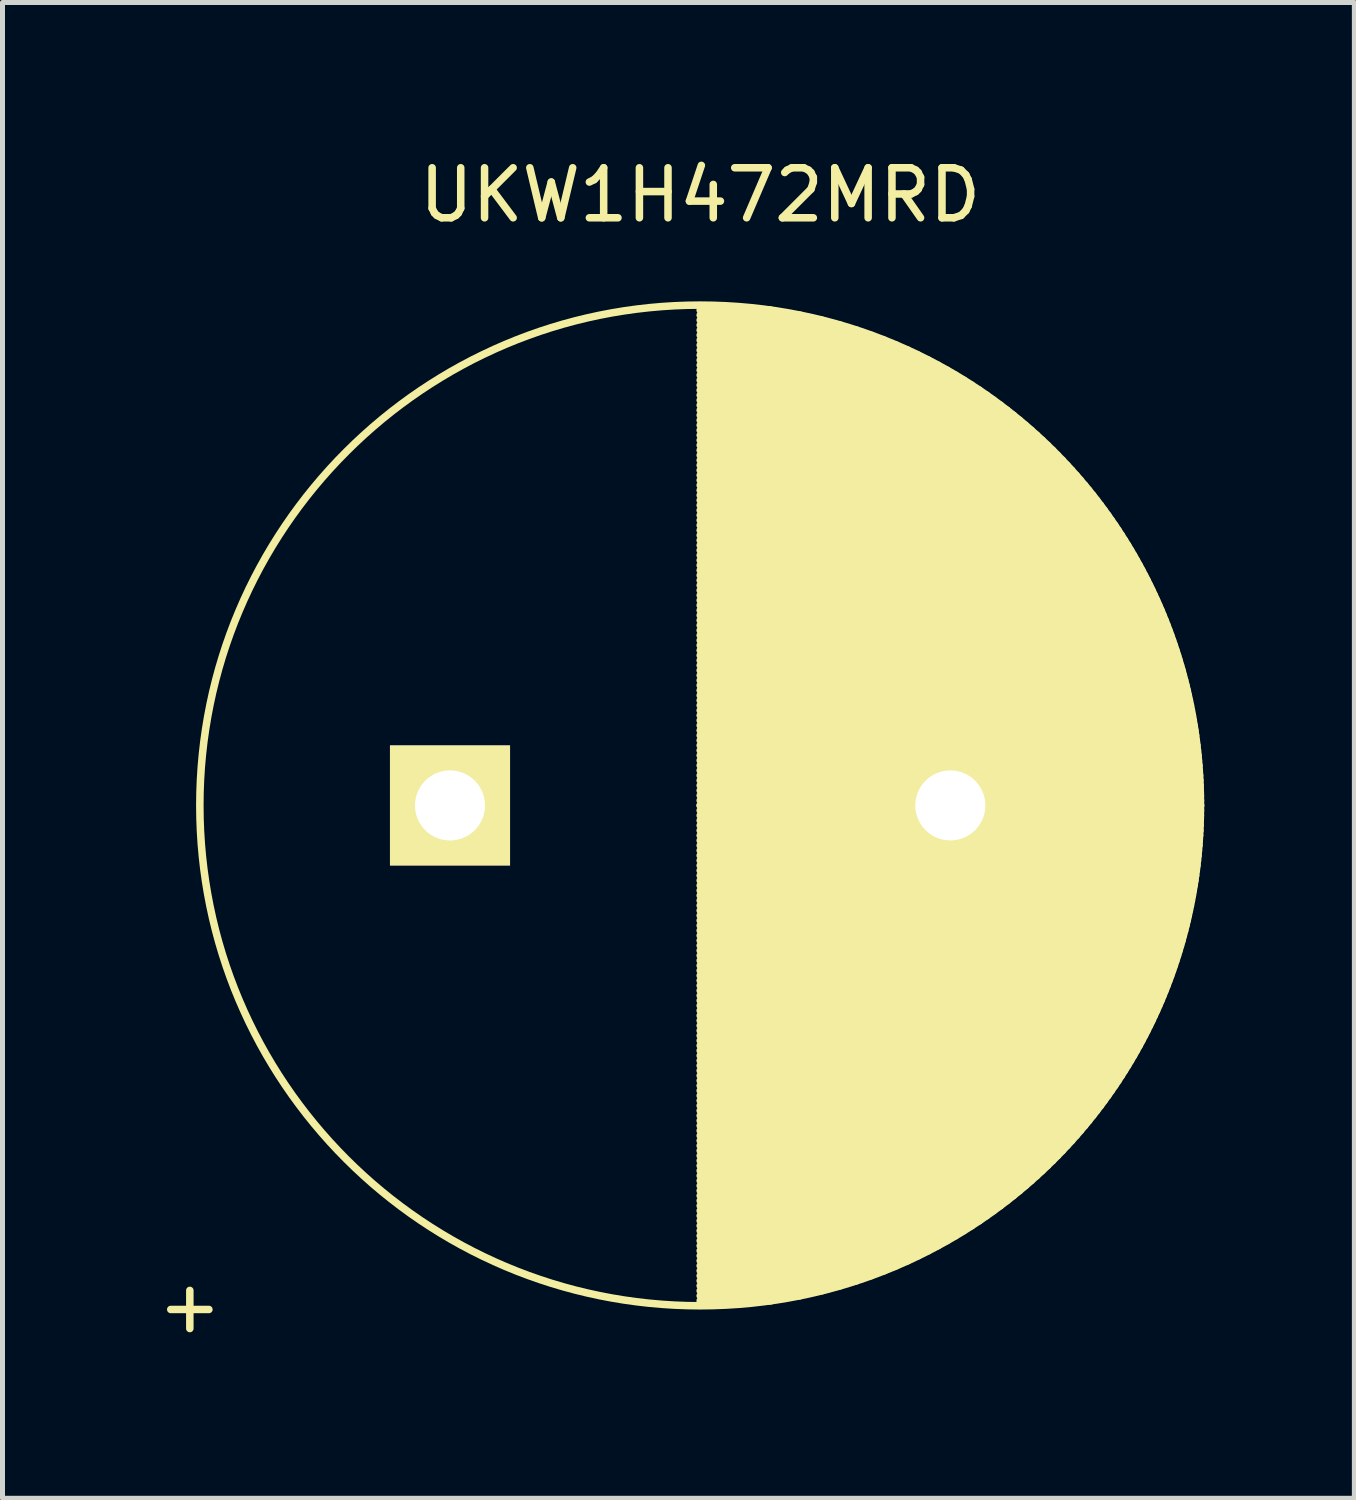
<source format=kicad_pcb>
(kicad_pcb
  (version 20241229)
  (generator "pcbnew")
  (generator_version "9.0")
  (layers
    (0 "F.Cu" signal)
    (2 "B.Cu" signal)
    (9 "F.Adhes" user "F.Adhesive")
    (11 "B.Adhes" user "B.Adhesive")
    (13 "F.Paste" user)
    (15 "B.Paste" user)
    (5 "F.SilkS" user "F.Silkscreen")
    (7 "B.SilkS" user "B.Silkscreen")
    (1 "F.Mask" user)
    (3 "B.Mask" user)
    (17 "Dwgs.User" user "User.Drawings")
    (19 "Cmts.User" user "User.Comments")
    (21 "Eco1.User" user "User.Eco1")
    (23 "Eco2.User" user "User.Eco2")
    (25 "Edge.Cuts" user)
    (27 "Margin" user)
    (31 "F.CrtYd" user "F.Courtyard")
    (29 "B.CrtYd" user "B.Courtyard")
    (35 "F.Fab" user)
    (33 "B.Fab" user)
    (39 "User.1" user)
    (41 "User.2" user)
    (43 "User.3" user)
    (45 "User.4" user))
  (footprint "UKW1H472MRD"
    (layer "F.Cu")
    (at 5.944 13.048)
    (property "Reference" "UKW1H472MRD" (at 5 -12.2 0) (layer "F.SilkS") (effects (font (size 1 1) (thickness 0.15))))
    (attr through_hole)
    (fp_line (start 5 -9.9) (end 6.411 -9.9) (stroke (width 0.15) (type solid)) (layer "F.SilkS"))
    (fp_line (start 5 -9.8) (end 6.99 -9.8) (stroke (width 0.15) (type solid)) (layer "F.SilkS"))
    (fp_line (start 5 -9.7) (end 7.431 -9.7) (stroke (width 0.15) (type solid)) (layer "F.SilkS"))
    (fp_line (start 5 -9.6) (end 7.8 -9.6) (stroke (width 0.15) (type solid)) (layer "F.SilkS"))
    (fp_line (start 5 -9.5) (end 8.122 -9.5) (stroke (width 0.15) (type solid)) (layer "F.SilkS"))
    (fp_line (start 5 -9.4) (end 8.412 -9.4) (stroke (width 0.15) (type solid)) (layer "F.SilkS"))
    (fp_line (start 5 -9.3) (end 8.676 -9.3) (stroke (width 0.15) (type solid)) (layer "F.SilkS"))
    (fp_line (start 5 -9.2) (end 8.919 -9.2) (stroke (width 0.15) (type solid)) (layer "F.SilkS"))
    (fp_line (start 5 -9.1) (end 9.146 -9.1) (stroke (width 0.15) (type solid)) (layer "F.SilkS"))
    (fp_line (start 5 -9) (end 9.359 -9) (stroke (width 0.15) (type solid)) (layer "F.SilkS"))
    (fp_line (start 5 -8.9) (end 9.56 -8.9) (stroke (width 0.15) (type solid)) (layer "F.SilkS"))
    (fp_line (start 5 -8.8) (end 9.75 -8.8) (stroke (width 0.15) (type solid)) (layer "F.SilkS"))
    (fp_line (start 5 -8.7) (end 9.931 -8.7) (stroke (width 0.15) (type solid)) (layer "F.SilkS"))
    (fp_line (start 5 -8.6) (end 10.103 -8.6) (stroke (width 0.15) (type solid)) (layer "F.SilkS"))
    (fp_line (start 5 -8.5) (end 10.268 -8.5) (stroke (width 0.15) (type solid)) (layer "F.SilkS"))
    (fp_line (start 5 -8.4) (end 10.426 -8.4) (stroke (width 0.15) (type solid)) (layer "F.SilkS"))
    (fp_line (start 5 -8.3) (end 10.578 -8.3) (stroke (width 0.15) (type solid)) (layer "F.SilkS"))
    (fp_line (start 5 -8.2) (end 10.724 -8.2) (stroke (width 0.15) (type solid)) (layer "F.SilkS"))
    (fp_line (start 5 -8.1) (end 10.864 -8.1) (stroke (width 0.15) (type solid)) (layer "F.SilkS"))
    (fp_line (start 5 -8) (end 11 -8) (stroke (width 0.15) (type solid)) (layer "F.SilkS"))
    (fp_line (start 5 -7.9) (end 11.131 -7.9) (stroke (width 0.15) (type solid)) (layer "F.SilkS"))
    (fp_line (start 5 -7.8) (end 11.258 -7.8) (stroke (width 0.15) (type solid)) (layer "F.SilkS"))
    (fp_line (start 5 -7.7) (end 11.38 -7.7) (stroke (width 0.15) (type solid)) (layer "F.SilkS"))
    (fp_line (start 5 -7.6) (end 11.499 -7.6) (stroke (width 0.15) (type solid)) (layer "F.SilkS"))
    (fp_line (start 5 -7.5) (end 11.614 -7.5) (stroke (width 0.15) (type solid)) (layer "F.SilkS"))
    (fp_line (start 5 -7.4) (end 11.726 -7.4) (stroke (width 0.15) (type solid)) (layer "F.SilkS"))
    (fp_line (start 5 -7.3) (end 11.834 -7.3) (stroke (width 0.15) (type solid)) (layer "F.SilkS"))
    (fp_line (start 5 -7.2) (end 11.94 -7.2) (stroke (width 0.15) (type solid)) (layer "F.SilkS"))
    (fp_line (start 5 -7.1) (end 12.042 -7.1) (stroke (width 0.15) (type solid)) (layer "F.SilkS"))
    (fp_line (start 5 -7) (end 12.141 -7) (stroke (width 0.15) (type solid)) (layer "F.SilkS"))
    (fp_line (start 5 -6.9) (end 12.238 -6.9) (stroke (width 0.15) (type solid)) (layer "F.SilkS"))
    (fp_line (start 5 -6.8) (end 12.332 -6.8) (stroke (width 0.15) (type solid)) (layer "F.SilkS"))
    (fp_line (start 5 -6.7) (end 12.424 -6.7) (stroke (width 0.15) (type solid)) (layer "F.SilkS"))
    (fp_line (start 5 -6.6) (end 12.513 -6.6) (stroke (width 0.15) (type solid)) (layer "F.SilkS"))
    (fp_line (start 5 -6.5) (end 12.599 -6.5) (stroke (width 0.15) (type solid)) (layer "F.SilkS"))
    (fp_line (start 5 -6.4) (end 12.684 -6.4) (stroke (width 0.15) (type solid)) (layer "F.SilkS"))
    (fp_line (start 5 -6.3) (end 12.766 -6.3) (stroke (width 0.15) (type solid)) (layer "F.SilkS"))
    (fp_line (start 5 -6.2) (end 12.846 -6.2) (stroke (width 0.15) (type solid)) (layer "F.SilkS"))
    (fp_line (start 5 -6.1) (end 12.924 -6.1) (stroke (width 0.15) (type solid)) (layer "F.SilkS"))
    (fp_line (start 5 -6) (end 13 -6) (stroke (width 0.15) (type solid)) (layer "F.SilkS"))
    (fp_line (start 5 -5.9) (end 13.074 -5.9) (stroke (width 0.15) (type solid)) (layer "F.SilkS"))
    (fp_line (start 5 -5.8) (end 13.146 -5.8) (stroke (width 0.15) (type solid)) (layer "F.SilkS"))
    (fp_line (start 5 -5.7) (end 13.216 -5.7) (stroke (width 0.15) (type solid)) (layer "F.SilkS"))
    (fp_line (start 5 -5.6) (end 13.285 -5.6) (stroke (width 0.15) (type solid)) (layer "F.SilkS"))
    (fp_line (start 5 -5.5) (end 13.352 -5.5) (stroke (width 0.15) (type solid)) (layer "F.SilkS"))
    (fp_line (start 5 -5.4) (end 13.417 -5.4) (stroke (width 0.15) (type solid)) (layer "F.SilkS"))
    (fp_line (start 5 -5.3) (end 13.48 -5.3) (stroke (width 0.15) (type solid)) (layer "F.SilkS"))
    (fp_line (start 5 -5.2) (end 13.542 -5.2) (stroke (width 0.15) (type solid)) (layer "F.SilkS"))
    (fp_line (start 5 -5.1) (end 13.602 -5.1) (stroke (width 0.15) (type solid)) (layer "F.SilkS"))
    (fp_line (start 5 -5) (end 13.66 -5) (stroke (width 0.15) (type solid)) (layer "F.SilkS"))
    (fp_line (start 5 -4.9) (end 13.717 -4.9) (stroke (width 0.15) (type solid)) (layer "F.SilkS"))
    (fp_line (start 5 -4.8) (end 13.773 -4.8) (stroke (width 0.15) (type solid)) (layer "F.SilkS"))
    (fp_line (start 5 -4.7) (end 13.827 -4.7) (stroke (width 0.15) (type solid)) (layer "F.SilkS"))
    (fp_line (start 5 -4.6) (end 13.879 -4.6) (stroke (width 0.15) (type solid)) (layer "F.SilkS"))
    (fp_line (start 5 -4.5) (end 13.93 -4.5) (stroke (width 0.15) (type solid)) (layer "F.SilkS"))
    (fp_line (start 5 -4.4) (end 13.98 -4.4) (stroke (width 0.15) (type solid)) (layer "F.SilkS"))
    (fp_line (start 5 -4.3) (end 14.028 -4.3) (stroke (width 0.15) (type solid)) (layer "F.SilkS"))
    (fp_line (start 5 -4.2) (end 14.075 -4.2) (stroke (width 0.15) (type solid)) (layer "F.SilkS"))
    (fp_line (start 5 -4.1) (end 14.121 -4.1) (stroke (width 0.15) (type solid)) (layer "F.SilkS"))
    (fp_line (start 5 -4) (end 14.165 -4) (stroke (width 0.15) (type solid)) (layer "F.SilkS"))
    (fp_line (start 5 -3.9) (end 14.208 -3.9) (stroke (width 0.15) (type solid)) (layer "F.SilkS"))
    (fp_line (start 5 -3.8) (end 14.25 -3.8) (stroke (width 0.15) (type solid)) (layer "F.SilkS"))
    (fp_line (start 5 -3.7) (end 14.29 -3.7) (stroke (width 0.15) (type solid)) (layer "F.SilkS"))
    (fp_line (start 5 -3.6) (end 14.33 -3.6) (stroke (width 0.15) (type solid)) (layer "F.SilkS"))
    (fp_line (start 5 -3.5) (end 14.367 -3.5) (stroke (width 0.15) (type solid)) (layer "F.SilkS"))
    (fp_line (start 5 -3.4) (end 14.404 -3.4) (stroke (width 0.15) (type solid)) (layer "F.SilkS"))
    (fp_line (start 5 -3.3) (end 14.44 -3.3) (stroke (width 0.15) (type solid)) (layer "F.SilkS"))
    (fp_line (start 5 -3.2) (end 14.474 -3.2) (stroke (width 0.15) (type solid)) (layer "F.SilkS"))
    (fp_line (start 5 -3.1) (end 14.507 -3.1) (stroke (width 0.15) (type solid)) (layer "F.SilkS"))
    (fp_line (start 5 -3) (end 14.539 -3) (stroke (width 0.15) (type solid)) (layer "F.SilkS"))
    (fp_line (start 5 -2.9) (end 14.57 -2.9) (stroke (width 0.15) (type solid)) (layer "F.SilkS"))
    (fp_line (start 5 -2.8) (end 14.6 -2.8) (stroke (width 0.15) (type solid)) (layer "F.SilkS"))
    (fp_line (start 5 -2.7) (end 14.629 -2.7) (stroke (width 0.15) (type solid)) (layer "F.SilkS"))
    (fp_line (start 5 -2.6) (end 14.656 -2.6) (stroke (width 0.15) (type solid)) (layer "F.SilkS"))
    (fp_line (start 5 -2.5) (end 14.682 -2.5) (stroke (width 0.15) (type solid)) (layer "F.SilkS"))
    (fp_line (start 5 -2.4) (end 14.708 -2.4) (stroke (width 0.15) (type solid)) (layer "F.SilkS"))
    (fp_line (start 5 -2.3) (end 14.732 -2.3) (stroke (width 0.15) (type solid)) (layer "F.SilkS"))
    (fp_line (start 5 -2.2) (end 14.755 -2.2) (stroke (width 0.15) (type solid)) (layer "F.SilkS"))
    (fp_line (start 5 -2.1) (end 14.777 -2.1) (stroke (width 0.15) (type solid)) (layer "F.SilkS"))
    (fp_line (start 5 -2) (end 14.798 -2) (stroke (width 0.15) (type solid)) (layer "F.SilkS"))
    (fp_line (start 5 -1.9) (end 14.818 -1.9) (stroke (width 0.15) (type solid)) (layer "F.SilkS"))
    (fp_line (start 5 -1.8) (end 14.837 -1.8) (stroke (width 0.15) (type solid)) (layer "F.SilkS"))
    (fp_line (start 5 -1.7) (end 14.854 -1.7) (stroke (width 0.15) (type solid)) (layer "F.SilkS"))
    (fp_line (start 5 -1.6) (end 14.871 -1.6) (stroke (width 0.15) (type solid)) (layer "F.SilkS"))
    (fp_line (start 5 -1.5) (end 14.887 -1.5) (stroke (width 0.15) (type solid)) (layer "F.SilkS"))
    (fp_line (start 5 -1.4) (end 14.902 -1.4) (stroke (width 0.15) (type solid)) (layer "F.SilkS"))
    (fp_line (start 5 -1.3) (end 14.915 -1.3) (stroke (width 0.15) (type solid)) (layer "F.SilkS"))
    (fp_line (start 5 -1.2) (end 14.928 -1.2) (stroke (width 0.15) (type solid)) (layer "F.SilkS"))
    (fp_line (start 5 -1.1) (end 14.939 -1.1) (stroke (width 0.15) (type solid)) (layer "F.SilkS"))
    (fp_line (start 5 -1) (end 14.95 -1) (stroke (width 0.15) (type solid)) (layer "F.SilkS"))
    (fp_line (start 5 -0.9) (end 14.959 -0.9) (stroke (width 0.15) (type solid)) (layer "F.SilkS"))
    (fp_line (start 5 -0.8) (end 14.968 -0.8) (stroke (width 0.15) (type solid)) (layer "F.SilkS"))
    (fp_line (start 5 -0.7) (end 14.975 -0.7) (stroke (width 0.15) (type solid)) (layer "F.SilkS"))
    (fp_line (start 5 -0.6) (end 14.982 -0.6) (stroke (width 0.15) (type solid)) (layer "F.SilkS"))
    (fp_line (start 5 -0.5) (end 14.987 -0.5) (stroke (width 0.15) (type solid)) (layer "F.SilkS"))
    (fp_line (start 5 -0.4) (end 14.992 -0.4) (stroke (width 0.15) (type solid)) (layer "F.SilkS"))
    (fp_line (start 5 -0.3) (end 14.995 -0.3) (stroke (width 0.15) (type solid)) (layer "F.SilkS"))
    (fp_line (start 5 -0.2) (end 14.998 -0.2) (stroke (width 0.15) (type solid)) (layer "F.SilkS"))
    (fp_line (start 5 -0.1) (end 14.999 -0.1) (stroke (width 0.15) (type solid)) (layer "F.SilkS"))
    (fp_line (start 5 0) (end 15 0) (stroke (width 0.15) (type solid)) (layer "F.SilkS"))
    (fp_line (start 5 0) (end 15 0) (stroke (width 0.15) (type solid)) (layer "F.SilkS"))
    (fp_line (start 5 0.1) (end 14.999 0.1) (stroke (width 0.15) (type solid)) (layer "F.SilkS"))
    (fp_line (start 5 0.2) (end 14.998 0.2) (stroke (width 0.15) (type solid)) (layer "F.SilkS"))
    (fp_line (start 5 0.3) (end 14.995 0.3) (stroke (width 0.15) (type solid)) (layer "F.SilkS"))
    (fp_line (start 5 0.4) (end 14.992 0.4) (stroke (width 0.15) (type solid)) (layer "F.SilkS"))
    (fp_line (start 5 0.5) (end 14.987 0.5) (stroke (width 0.15) (type solid)) (layer "F.SilkS"))
    (fp_line (start 5 0.6) (end 14.982 0.6) (stroke (width 0.15) (type solid)) (layer "F.SilkS"))
    (fp_line (start 5 0.7) (end 14.975 0.7) (stroke (width 0.15) (type solid)) (layer "F.SilkS"))
    (fp_line (start 5 0.8) (end 14.968 0.8) (stroke (width 0.15) (type solid)) (layer "F.SilkS"))
    (fp_line (start 5 0.9) (end 14.959 0.9) (stroke (width 0.15) (type solid)) (layer "F.SilkS"))
    (fp_line (start 5 1) (end 14.95 1) (stroke (width 0.15) (type solid)) (layer "F.SilkS"))
    (fp_line (start 5 1.1) (end 14.939 1.1) (stroke (width 0.15) (type solid)) (layer "F.SilkS"))
    (fp_line (start 5 1.2) (end 14.928 1.2) (stroke (width 0.15) (type solid)) (layer "F.SilkS"))
    (fp_line (start 5 1.3) (end 14.915 1.3) (stroke (width 0.15) (type solid)) (layer "F.SilkS"))
    (fp_line (start 5 1.4) (end 14.902 1.4) (stroke (width 0.15) (type solid)) (layer "F.SilkS"))
    (fp_line (start 5 1.5) (end 14.887 1.5) (stroke (width 0.15) (type solid)) (layer "F.SilkS"))
    (fp_line (start 5 1.6) (end 14.871 1.6) (stroke (width 0.15) (type solid)) (layer "F.SilkS"))
    (fp_line (start 5 1.7) (end 14.854 1.7) (stroke (width 0.15) (type solid)) (layer "F.SilkS"))
    (fp_line (start 5 1.8) (end 14.837 1.8) (stroke (width 0.15) (type solid)) (layer "F.SilkS"))
    (fp_line (start 5 1.9) (end 14.818 1.9) (stroke (width 0.15) (type solid)) (layer "F.SilkS"))
    (fp_line (start 5 2) (end 14.798 2) (stroke (width 0.15) (type solid)) (layer "F.SilkS"))
    (fp_line (start 5 2.1) (end 14.777 2.1) (stroke (width 0.15) (type solid)) (layer "F.SilkS"))
    (fp_line (start 5 2.2) (end 14.755 2.2) (stroke (width 0.15) (type solid)) (layer "F.SilkS"))
    (fp_line (start 5 2.3) (end 14.732 2.3) (stroke (width 0.15) (type solid)) (layer "F.SilkS"))
    (fp_line (start 5 2.4) (end 14.708 2.4) (stroke (width 0.15) (type solid)) (layer "F.SilkS"))
    (fp_line (start 5 2.5) (end 14.682 2.5) (stroke (width 0.15) (type solid)) (layer "F.SilkS"))
    (fp_line (start 5 2.6) (end 14.656 2.6) (stroke (width 0.15) (type solid)) (layer "F.SilkS"))
    (fp_line (start 5 2.7) (end 14.629 2.7) (stroke (width 0.15) (type solid)) (layer "F.SilkS"))
    (fp_line (start 5 2.8) (end 14.6 2.8) (stroke (width 0.15) (type solid)) (layer "F.SilkS"))
    (fp_line (start 5 2.9) (end 14.57 2.9) (stroke (width 0.15) (type solid)) (layer "F.SilkS"))
    (fp_line (start 5 3) (end 14.539 3) (stroke (width 0.15) (type solid)) (layer "F.SilkS"))
    (fp_line (start 5 3.1) (end 14.507 3.1) (stroke (width 0.15) (type solid)) (layer "F.SilkS"))
    (fp_line (start 5 3.2) (end 14.474 3.2) (stroke (width 0.15) (type solid)) (layer "F.SilkS"))
    (fp_line (start 5 3.3) (end 14.44 3.3) (stroke (width 0.15) (type solid)) (layer "F.SilkS"))
    (fp_line (start 5 3.4) (end 14.404 3.4) (stroke (width 0.15) (type solid)) (layer "F.SilkS"))
    (fp_line (start 5 3.5) (end 14.367 3.5) (stroke (width 0.15) (type solid)) (layer "F.SilkS"))
    (fp_line (start 5 3.6) (end 14.33 3.6) (stroke (width 0.15) (type solid)) (layer "F.SilkS"))
    (fp_line (start 5 3.7) (end 14.29 3.7) (stroke (width 0.15) (type solid)) (layer "F.SilkS"))
    (fp_line (start 5 3.8) (end 14.25 3.8) (stroke (width 0.15) (type solid)) (layer "F.SilkS"))
    (fp_line (start 5 3.9) (end 14.208 3.9) (stroke (width 0.15) (type solid)) (layer "F.SilkS"))
    (fp_line (start 5 4) (end 14.165 4) (stroke (width 0.15) (type solid)) (layer "F.SilkS"))
    (fp_line (start 5 4.1) (end 14.121 4.1) (stroke (width 0.15) (type solid)) (layer "F.SilkS"))
    (fp_line (start 5 4.2) (end 14.075 4.2) (stroke (width 0.15) (type solid)) (layer "F.SilkS"))
    (fp_line (start 5 4.3) (end 14.028 4.3) (stroke (width 0.15) (type solid)) (layer "F.SilkS"))
    (fp_line (start 5 4.4) (end 13.98 4.4) (stroke (width 0.15) (type solid)) (layer "F.SilkS"))
    (fp_line (start 5 4.5) (end 13.93 4.5) (stroke (width 0.15) (type solid)) (layer "F.SilkS"))
    (fp_line (start 5 4.6) (end 13.879 4.6) (stroke (width 0.15) (type solid)) (layer "F.SilkS"))
    (fp_line (start 5 4.7) (end 13.827 4.7) (stroke (width 0.15) (type solid)) (layer "F.SilkS"))
    (fp_line (start 5 4.8) (end 13.773 4.8) (stroke (width 0.15) (type solid)) (layer "F.SilkS"))
    (fp_line (start 5 4.9) (end 13.717 4.9) (stroke (width 0.15) (type solid)) (layer "F.SilkS"))
    (fp_line (start 5 5) (end 13.66 5) (stroke (width 0.15) (type solid)) (layer "F.SilkS"))
    (fp_line (start 5 5.1) (end 13.602 5.1) (stroke (width 0.15) (type solid)) (layer "F.SilkS"))
    (fp_line (start 5 5.2) (end 13.542 5.2) (stroke (width 0.15) (type solid)) (layer "F.SilkS"))
    (fp_line (start 5 5.3) (end 13.48 5.3) (stroke (width 0.15) (type solid)) (layer "F.SilkS"))
    (fp_line (start 5 5.4) (end 13.417 5.4) (stroke (width 0.15) (type solid)) (layer "F.SilkS"))
    (fp_line (start 5 5.5) (end 13.352 5.5) (stroke (width 0.15) (type solid)) (layer "F.SilkS"))
    (fp_line (start 5 5.6) (end 13.285 5.6) (stroke (width 0.15) (type solid)) (layer "F.SilkS"))
    (fp_line (start 5 5.7) (end 13.216 5.7) (stroke (width 0.15) (type solid)) (layer "F.SilkS"))
    (fp_line (start 5 5.8) (end 13.146 5.8) (stroke (width 0.15) (type solid)) (layer "F.SilkS"))
    (fp_line (start 5 5.9) (end 13.074 5.9) (stroke (width 0.15) (type solid)) (layer "F.SilkS"))
    (fp_line (start 5 6) (end 13 6) (stroke (width 0.15) (type solid)) (layer "F.SilkS"))
    (fp_line (start 5 6.1) (end 12.924 6.1) (stroke (width 0.15) (type solid)) (layer "F.SilkS"))
    (fp_line (start 5 6.2) (end 12.846 6.2) (stroke (width 0.15) (type solid)) (layer "F.SilkS"))
    (fp_line (start 5 6.3) (end 12.766 6.3) (stroke (width 0.15) (type solid)) (layer "F.SilkS"))
    (fp_line (start 5 6.4) (end 12.684 6.4) (stroke (width 0.15) (type solid)) (layer "F.SilkS"))
    (fp_line (start 5 6.5) (end 12.599 6.5) (stroke (width 0.15) (type solid)) (layer "F.SilkS"))
    (fp_line (start 5 6.6) (end 12.513 6.6) (stroke (width 0.15) (type solid)) (layer "F.SilkS"))
    (fp_line (start 5 6.7) (end 12.424 6.7) (stroke (width 0.15) (type solid)) (layer "F.SilkS"))
    (fp_line (start 5 6.8) (end 12.332 6.8) (stroke (width 0.15) (type solid)) (layer "F.SilkS"))
    (fp_line (start 5 6.9) (end 12.238 6.9) (stroke (width 0.15) (type solid)) (layer "F.SilkS"))
    (fp_line (start 5 7) (end 12.141 7) (stroke (width 0.15) (type solid)) (layer "F.SilkS"))
    (fp_line (start 5 7.1) (end 12.042 7.1) (stroke (width 0.15) (type solid)) (layer "F.SilkS"))
    (fp_line (start 5 7.2) (end 11.94 7.2) (stroke (width 0.15) (type solid)) (layer "F.SilkS"))
    (fp_line (start 5 7.3) (end 11.834 7.3) (stroke (width 0.15) (type solid)) (layer "F.SilkS"))
    (fp_line (start 5 7.4) (end 11.726 7.4) (stroke (width 0.15) (type solid)) (layer "F.SilkS"))
    (fp_line (start 5 7.5) (end 11.614 7.5) (stroke (width 0.15) (type solid)) (layer "F.SilkS"))
    (fp_line (start 5 7.6) (end 11.499 7.6) (stroke (width 0.15) (type solid)) (layer "F.SilkS"))
    (fp_line (start 5 7.7) (end 11.38 7.7) (stroke (width 0.15) (type solid)) (layer "F.SilkS"))
    (fp_line (start 5 7.8) (end 11.258 7.8) (stroke (width 0.15) (type solid)) (layer "F.SilkS"))
    (fp_line (start 5 7.9) (end 11.131 7.9) (stroke (width 0.15) (type solid)) (layer "F.SilkS"))
    (fp_line (start 5 8) (end 11 8) (stroke (width 0.15) (type solid)) (layer "F.SilkS"))
    (fp_line (start 5 8.1) (end 10.864 8.1) (stroke (width 0.15) (type solid)) (layer "F.SilkS"))
    (fp_line (start 5 8.2) (end 10.724 8.2) (stroke (width 0.15) (type solid)) (layer "F.SilkS"))
    (fp_line (start 5 8.3) (end 10.578 8.3) (stroke (width 0.15) (type solid)) (layer "F.SilkS"))
    (fp_line (start 5 8.4) (end 10.426 8.4) (stroke (width 0.15) (type solid)) (layer "F.SilkS"))
    (fp_line (start 5 8.5) (end 10.268 8.5) (stroke (width 0.15) (type solid)) (layer "F.SilkS"))
    (fp_line (start 5 8.6) (end 10.103 8.6) (stroke (width 0.15) (type solid)) (layer "F.SilkS"))
    (fp_line (start 5 8.7) (end 9.931 8.7) (stroke (width 0.15) (type solid)) (layer "F.SilkS"))
    (fp_line (start 5 8.8) (end 9.75 8.8) (stroke (width 0.15) (type solid)) (layer "F.SilkS"))
    (fp_line (start 5 8.9) (end 9.56 8.9) (stroke (width 0.15) (type solid)) (layer "F.SilkS"))
    (fp_line (start 5 9) (end 9.359 9) (stroke (width 0.15) (type solid)) (layer "F.SilkS"))
    (fp_line (start 5 9.1) (end 9.146 9.1) (stroke (width 0.15) (type solid)) (layer "F.SilkS"))
    (fp_line (start 5 9.2) (end 8.919 9.2) (stroke (width 0.15) (type solid)) (layer "F.SilkS"))
    (fp_line (start 5 9.3) (end 8.676 9.3) (stroke (width 0.15) (type solid)) (layer "F.SilkS"))
    (fp_line (start 5 9.4) (end 8.412 9.4) (stroke (width 0.15) (type solid)) (layer "F.SilkS"))
    (fp_line (start 5 9.5) (end 8.122 9.5) (stroke (width 0.15) (type solid)) (layer "F.SilkS"))
    (fp_line (start 5 9.6) (end 7.8 9.6) (stroke (width 0.15) (type solid)) (layer "F.SilkS"))
    (fp_line (start 5 9.7) (end 7.431 9.7) (stroke (width 0.15) (type solid)) (layer "F.SilkS"))
    (fp_line (start 5 9.8) (end 6.99 9.8) (stroke (width 0.15) (type solid)) (layer "F.SilkS"))
    (fp_line (start 5 9.9) (end 6.411 9.9) (stroke (width 0.15) (type solid)) (layer "F.SilkS"))
    (fp_circle (center 5 0) (end 5 -10) (stroke (width 0.15) (type solid)) (fill no) (layer "F.SilkS"))
    (fp_text user "+" (at -5.2 10 0) (layer "F.SilkS") (effects (font (size 1 1) (thickness 0.15))))
    (pad "1" thru_hole rect (at 0 0) (size 2.4 2.4) (drill 1.4) (layers "*.Cu" "*.Mask" "F.SilkS"))
    (pad "2" thru_hole circle (at 10 0) (size 2.4 2.4) (drill 1.4) (layers "*.Cu" "*.Mask" "F.SilkS")))
  (gr_rect
    (start -3 -3)
    (end 24.019 26.896)
    (stroke (width 0.1) (type default))
    (fill no)
    (layer "Edge.Cuts")))
</source>
